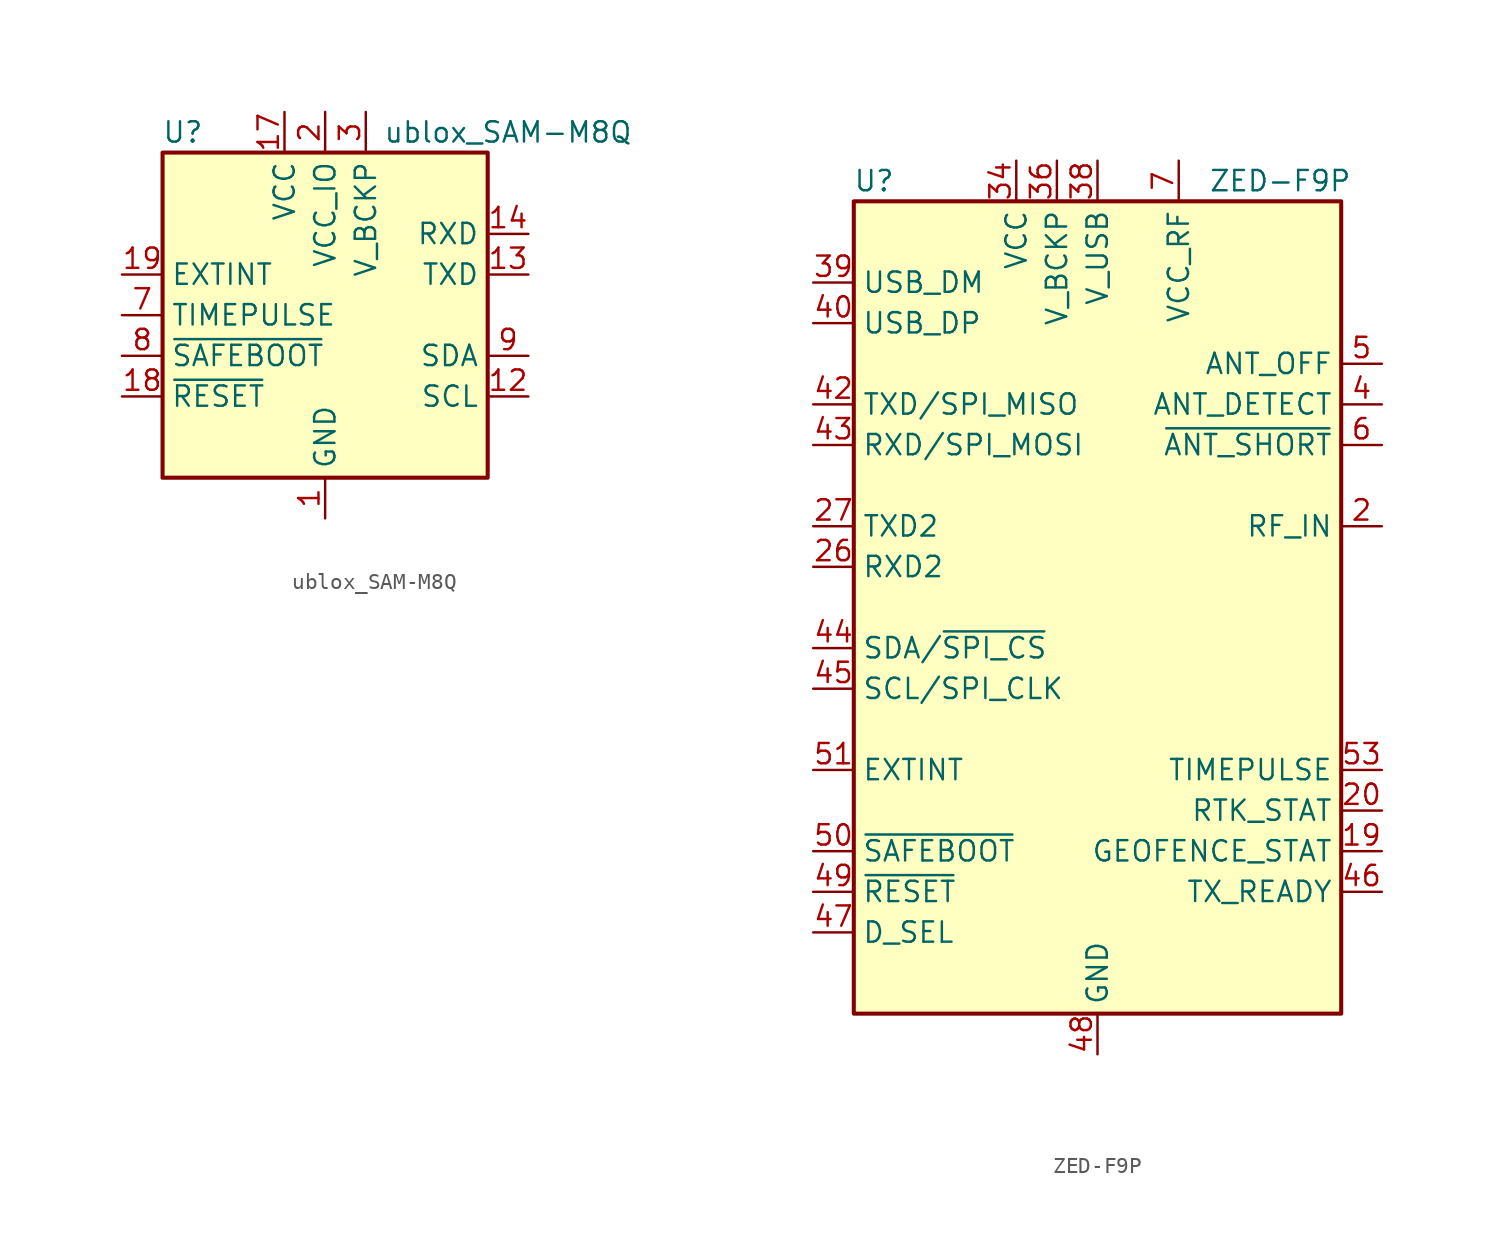
<source format=kicad_sym>
(kicad_symbol_lib
  (version 20200908)
  (generator kicad_symbol_editor)
  (symbol "RF_GPS:ublox_SAM-M8Q"
    (property "Reference" "U"
      (at -8.89 11.43 0)
      (effects (font (size 1.27 1.27))))
    (property "Value" "ublox_SAM-M8Q"
      (at 11.43 11.43 0)
      (effects (font (size 1.27 1.27))))
    (symbol "ublox_SAM-M8Q_0_1"
      (rectangle (start -10.16 10.16) (end 10.16 -10.16) (stroke (width 0.254)) (fill (type background))))
    (symbol "ublox_SAM-M8Q_1_1"
      (pin power_in line (at 0 -12.7 90) (length 2.54) (name "GND" (effects (font (size 1.27 1.27)))) (number "1" (effects (font (size 1.27 1.27)))))
      (pin passive line (at 0 -12.7 90) (length 2.54) hide (name "GND" (effects (font (size 1.27 1.27)))) (number "10" (effects (font (size 1.27 1.27)))))
      (pin passive line (at 0 -12.7 90) (length 2.54) hide (name "GND" (effects (font (size 1.27 1.27)))) (number "11" (effects (font (size 1.27 1.27)))))
      (pin input line (at 12.7 -5.08 180) (length 2.54) (name "SCL" (effects (font (size 1.27 1.27)))) (number "12" (effects (font (size 1.27 1.27)))))
      (pin output line (at 12.7 2.54 180) (length 2.54) (name "TXD" (effects (font (size 1.27 1.27)))) (number "13" (effects (font (size 1.27 1.27)))))
      (pin input line (at 12.7 5.08 180) (length 2.54) (name "RXD" (effects (font (size 1.27 1.27)))) (number "14" (effects (font (size 1.27 1.27)))))
      (pin passive line (at 0 -12.7 90) (length 2.54) hide (name "GND" (effects (font (size 1.27 1.27)))) (number "15" (effects (font (size 1.27 1.27)))))
      (pin passive line (at 0 -12.7 90) (length 2.54) hide (name "GND" (effects (font (size 1.27 1.27)))) (number "16" (effects (font (size 1.27 1.27)))))
      (pin power_in line (at -2.54 12.7 270) (length 2.54) (name "VCC" (effects (font (size 1.27 1.27)))) (number "17" (effects (font (size 1.27 1.27)))))
      (pin input line (at -12.7 -5.08 0) (length 2.54) (name "~RESET" (effects (font (size 1.27 1.27)))) (number "18" (effects (font (size 1.27 1.27)))))
      (pin input line (at -12.7 2.54 0) (length 2.54) (name "EXTINT" (effects (font (size 1.27 1.27)))) (number "19" (effects (font (size 1.27 1.27)))))
      (pin power_in line (at 0 12.7 270) (length 2.54) (name "VCC_IO" (effects (font (size 1.27 1.27)))) (number "2" (effects (font (size 1.27 1.27)))))
      (pin passive line (at 0 -12.7 90) (length 2.54) hide (name "GND" (effects (font (size 1.27 1.27)))) (number "20" (effects (font (size 1.27 1.27)))))
      (pin power_in line (at 2.54 12.7 270) (length 2.54) (name "V_BCKP" (effects (font (size 1.27 1.27)))) (number "3" (effects (font (size 1.27 1.27)))))
      (pin passive line (at 0 -12.7 90) (length 2.54) hide (name "GND" (effects (font (size 1.27 1.27)))) (number "4" (effects (font (size 1.27 1.27)))))
      (pin passive line (at 0 -12.7 90) (length 2.54) hide (name "GND" (effects (font (size 1.27 1.27)))) (number "5" (effects (font (size 1.27 1.27)))))
      (pin passive line (at 0 -12.7 90) (length 2.54) hide (name "GND" (effects (font (size 1.27 1.27)))) (number "6" (effects (font (size 1.27 1.27)))))
      (pin output line (at -12.7 0 0) (length 2.54) (name "TIMEPULSE" (effects (font (size 1.27 1.27)))) (number "7" (effects (font (size 1.27 1.27)))))
      (pin input line (at -12.7 -2.54 0) (length 2.54) (name "~SAFEBOOT" (effects (font (size 1.27 1.27)))) (number "8" (effects (font (size 1.27 1.27)))))
      (pin bidirectional line (at 12.7 -2.54 180) (length 2.54) (name "SDA" (effects (font (size 1.27 1.27)))) (number "9" (effects (font (size 1.27 1.27)))))))
  (symbol "RF_GPS:ZED-F9P"
    (property "Reference" "U"
      (at -13.97 26.67 0)
      (effects (font (size 1.27 1.27))))
    (property "Value" "ZED-F9P"
      (at 11.43 26.67 0)
      (effects (font (size 1.27 1.27))))
    (symbol "ZED-F9P_0_1"
      (rectangle (start -15.24 25.4) (end 15.24 -25.4) (stroke (width 0.254)) (fill (type background))))
    (symbol "ZED-F9P_1_1"
      (pin passive line (at 0 -27.94 90) (length 2.54) hide (name "GND" (effects (font (size 1.27 1.27)))) (number "1" (effects (font (size 1.27 1.27)))))
      (pin unconnected line (at -15.24 7.62 0) (length 2.54) hide (name "Reserved" (effects (font (size 1.27 1.27)))) (number "10" (effects (font (size 1.27 1.27)))))
      (pin unconnected line (at -15.24 0 0) (length 2.54) hide (name "Reserved" (effects (font (size 1.27 1.27)))) (number "11" (effects (font (size 1.27 1.27)))))
      (pin passive line (at 0 -27.94 90) (length 2.54) hide (name "GND" (effects (font (size 1.27 1.27)))) (number "12" (effects (font (size 1.27 1.27)))))
      (pin unconnected line (at -15.24 -7.62 0) (length 2.54) hide (name "Reserved" (effects (font (size 1.27 1.27)))) (number "13" (effects (font (size 1.27 1.27)))))
      (pin passive line (at 0 -27.94 90) (length 2.54) hide (name "GND" (effects (font (size 1.27 1.27)))) (number "14" (effects (font (size 1.27 1.27)))))
      (pin unconnected line (at -15.24 -12.7 0) (length 2.54) hide (name "Reserved" (effects (font (size 1.27 1.27)))) (number "15" (effects (font (size 1.27 1.27)))))
      (pin unconnected line (at -7.62 -25.4 90) (length 2.54) hide (name "Reserved" (effects (font (size 1.27 1.27)))) (number "16" (effects (font (size 1.27 1.27)))))
      (pin unconnected line (at -5.08 -25.4 90) (length 2.54) hide (name "Reserved" (effects (font (size 1.27 1.27)))) (number "17" (effects (font (size 1.27 1.27)))))
      (pin unconnected line (at -2.54 -25.4 90) (length 2.54) hide (name "Reserved" (effects (font (size 1.27 1.27)))) (number "18" (effects (font (size 1.27 1.27)))))
      (pin output line (at 17.78 -15.24 180) (length 2.54) (name "GEOFENCE_STAT" (effects (font (size 1.27 1.27)))) (number "19" (effects (font (size 1.27 1.27)))))
      (pin input line (at 17.78 5.08 180) (length 2.54) (name "RF_IN" (effects (font (size 1.27 1.27)))) (number "2" (effects (font (size 1.27 1.27)))))
      (pin output line (at 17.78 -12.7 180) (length 2.54) (name "RTK_STAT" (effects (font (size 1.27 1.27)))) (number "20" (effects (font (size 1.27 1.27)))))
      (pin unconnected line (at 2.54 -25.4 90) (length 2.54) hide (name "Reserved" (effects (font (size 1.27 1.27)))) (number "21" (effects (font (size 1.27 1.27)))))
      (pin unconnected line (at 5.08 -25.4 90) (length 2.54) hide (name "Reserved" (effects (font (size 1.27 1.27)))) (number "22" (effects (font (size 1.27 1.27)))))
      (pin unconnected line (at 7.62 -25.4 90) (length 2.54) hide (name "Reserved" (effects (font (size 1.27 1.27)))) (number "23" (effects (font (size 1.27 1.27)))))
      (pin unconnected line (at 15.24 -7.62 180) (length 2.54) hide (name "Reserved" (effects (font (size 1.27 1.27)))) (number "24" (effects (font (size 1.27 1.27)))))
      (pin unconnected line (at 15.24 -5.08 180) (length 2.54) hide (name "Reserved" (effects (font (size 1.27 1.27)))) (number "25" (effects (font (size 1.27 1.27)))))
      (pin input line (at -17.78 2.54 0) (length 2.54) (name "RXD2" (effects (font (size 1.27 1.27)))) (number "26" (effects (font (size 1.27 1.27)))))
      (pin output line (at -17.78 5.08 0) (length 2.54) (name "TXD2" (effects (font (size 1.27 1.27)))) (number "27" (effects (font (size 1.27 1.27)))))
      (pin unconnected line (at 15.24 -2.54 180) (length 2.54) hide (name "Reserved" (effects (font (size 1.27 1.27)))) (number "28" (effects (font (size 1.27 1.27)))))
      (pin unconnected line (at 15.24 0 180) (length 2.54) hide (name "Reserved" (effects (font (size 1.27 1.27)))) (number "29" (effects (font (size 1.27 1.27)))))
      (pin passive line (at 0 -27.94 90) (length 2.54) hide (name "GND" (effects (font (size 1.27 1.27)))) (number "3" (effects (font (size 1.27 1.27)))))
      (pin unconnected line (at 15.24 2.54 180) (length 2.54) hide (name "Reserved" (effects (font (size 1.27 1.27)))) (number "30" (effects (font (size 1.27 1.27)))))
      (pin unconnected line (at 15.24 7.62 180) (length 2.54) hide (name "Reserved" (effects (font (size 1.27 1.27)))) (number "31" (effects (font (size 1.27 1.27)))))
      (pin passive line (at 0 -27.94 90) (length 2.54) hide (name "GND" (effects (font (size 1.27 1.27)))) (number "32" (effects (font (size 1.27 1.27)))))
      (pin passive line (at -5.08 27.94 270) (length 2.54) hide (name "VCC" (effects (font (size 1.27 1.27)))) (number "33" (effects (font (size 1.27 1.27)))))
      (pin power_in line (at -5.08 27.94 270) (length 2.54) (name "VCC" (effects (font (size 1.27 1.27)))) (number "34" (effects (font (size 1.27 1.27)))))
      (pin unconnected line (at 15.24 17.78 180) (length 2.54) hide (name "Reserved" (effects (font (size 1.27 1.27)))) (number "35" (effects (font (size 1.27 1.27)))))
      (pin power_in line (at -2.54 27.94 270) (length 2.54) (name "V_BCKP" (effects (font (size 1.27 1.27)))) (number "36" (effects (font (size 1.27 1.27)))))
      (pin passive line (at 0 -27.94 90) (length 2.54) hide (name "GND" (effects (font (size 1.27 1.27)))) (number "37" (effects (font (size 1.27 1.27)))))
      (pin power_in line (at 0 27.94 270) (length 2.54) (name "V_USB" (effects (font (size 1.27 1.27)))) (number "38" (effects (font (size 1.27 1.27)))))
      (pin bidirectional line (at -17.78 20.32 0) (length 2.54) (name "USB_DM" (effects (font (size 1.27 1.27)))) (number "39" (effects (font (size 1.27 1.27)))))
      (pin input line (at 17.78 12.7 180) (length 2.54) (name "ANT_DETECT" (effects (font (size 1.27 1.27)))) (number "4" (effects (font (size 1.27 1.27)))))
      (pin bidirectional line (at -17.78 17.78 0) (length 2.54) (name "USB_DP" (effects (font (size 1.27 1.27)))) (number "40" (effects (font (size 1.27 1.27)))))
      (pin passive line (at 0 -27.94 90) (length 2.54) hide (name "GND" (effects (font (size 1.27 1.27)))) (number "41" (effects (font (size 1.27 1.27)))))
      (pin output line (at -17.78 12.7 0) (length 2.54) (name "TXD/SPI_MISO" (effects (font (size 1.27 1.27)))) (number "42" (effects (font (size 1.27 1.27)))))
      (pin input line (at -17.78 10.16 0) (length 2.54) (name "RXD/SPI_MOSI" (effects (font (size 1.27 1.27)))) (number "43" (effects (font (size 1.27 1.27)))))
      (pin bidirectional line (at -17.78 -2.54 0) (length 2.54) (name "SDA/~SPI_CS" (effects (font (size 1.27 1.27)))) (number "44" (effects (font (size 1.27 1.27)))))
      (pin bidirectional line (at -17.78 -5.08 0) (length 2.54) (name "SCL/SPI_CLK" (effects (font (size 1.27 1.27)))) (number "45" (effects (font (size 1.27 1.27)))))
      (pin output line (at 17.78 -17.78 180) (length 2.54) (name "TX_READY" (effects (font (size 1.27 1.27)))) (number "46" (effects (font (size 1.27 1.27)))))
      (pin input line (at -17.78 -20.32 0) (length 2.54) (name "D_SEL" (effects (font (size 1.27 1.27)))) (number "47" (effects (font (size 1.27 1.27)))))
      (pin power_in line (at 0 -27.94 90) (length 2.54) (name "GND" (effects (font (size 1.27 1.27)))) (number "48" (effects (font (size 1.27 1.27)))))
      (pin input line (at -17.78 -17.78 0) (length 2.54) (name "~RESET" (effects (font (size 1.27 1.27)))) (number "49" (effects (font (size 1.27 1.27)))))
      (pin output line (at 17.78 15.24 180) (length 2.54) (name "ANT_OFF" (effects (font (size 1.27 1.27)))) (number "5" (effects (font (size 1.27 1.27)))))
      (pin input line (at -17.78 -15.24 0) (length 2.54) (name "~SAFEBOOT" (effects (font (size 1.27 1.27)))) (number "50" (effects (font (size 1.27 1.27)))))
      (pin input line (at -17.78 -10.16 0) (length 2.54) (name "EXTINT" (effects (font (size 1.27 1.27)))) (number "51" (effects (font (size 1.27 1.27)))))
      (pin unconnected line (at 15.24 20.32 180) (length 2.54) hide (name "Reserved" (effects (font (size 1.27 1.27)))) (number "52" (effects (font (size 1.27 1.27)))))
      (pin output line (at 17.78 -10.16 180) (length 2.54) (name "TIMEPULSE" (effects (font (size 1.27 1.27)))) (number "53" (effects (font (size 1.27 1.27)))))
      (pin unconnected line (at 15.24 22.86 180) (length 2.54) hide (name "Reserved" (effects (font (size 1.27 1.27)))) (number "54" (effects (font (size 1.27 1.27)))))
      (pin passive line (at 0 -27.94 90) (length 2.54) hide (name "GND" (effects (font (size 1.27 1.27)))) (number "55" (effects (font (size 1.27 1.27)))))
      (pin input line (at 17.78 10.16 180) (length 2.54) (name "~ANT_SHORT" (effects (font (size 1.27 1.27)))) (number "6" (effects (font (size 1.27 1.27)))))
      (pin power_out line (at 5.08 27.94 270) (length 2.54) (name "VCC_RF" (effects (font (size 1.27 1.27)))) (number "7" (effects (font (size 1.27 1.27)))))
      (pin unconnected line (at -15.24 22.86 0) (length 2.54) hide (name "Reserved" (effects (font (size 1.27 1.27)))) (number "8" (effects (font (size 1.27 1.27)))))
      (pin unconnected line (at -15.24 15.24 0) (length 2.54) hide (name "Reserved" (effects (font (size 1.27 1.27)))) (number "9" (effects (font (size 1.27 1.27))))))))
</source>
